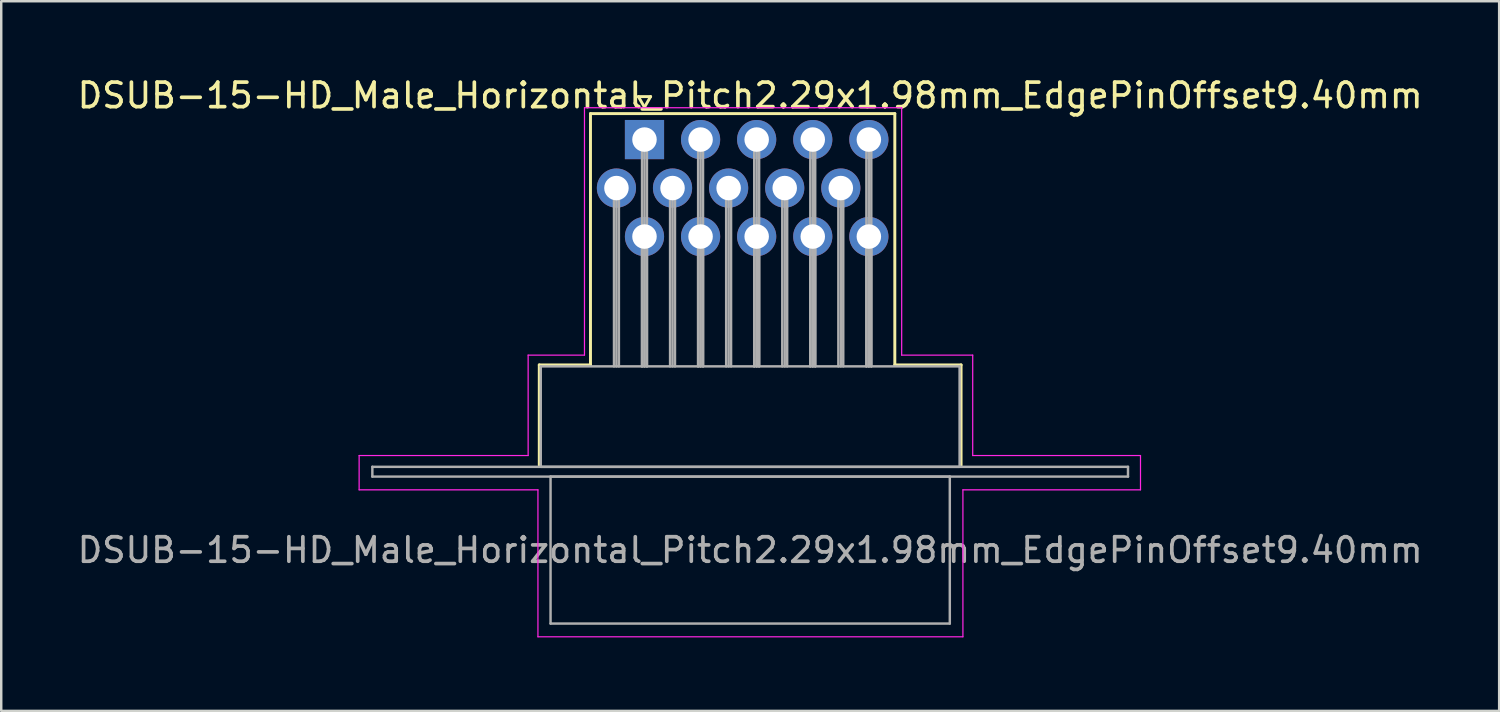
<source format=kicad_pcb>
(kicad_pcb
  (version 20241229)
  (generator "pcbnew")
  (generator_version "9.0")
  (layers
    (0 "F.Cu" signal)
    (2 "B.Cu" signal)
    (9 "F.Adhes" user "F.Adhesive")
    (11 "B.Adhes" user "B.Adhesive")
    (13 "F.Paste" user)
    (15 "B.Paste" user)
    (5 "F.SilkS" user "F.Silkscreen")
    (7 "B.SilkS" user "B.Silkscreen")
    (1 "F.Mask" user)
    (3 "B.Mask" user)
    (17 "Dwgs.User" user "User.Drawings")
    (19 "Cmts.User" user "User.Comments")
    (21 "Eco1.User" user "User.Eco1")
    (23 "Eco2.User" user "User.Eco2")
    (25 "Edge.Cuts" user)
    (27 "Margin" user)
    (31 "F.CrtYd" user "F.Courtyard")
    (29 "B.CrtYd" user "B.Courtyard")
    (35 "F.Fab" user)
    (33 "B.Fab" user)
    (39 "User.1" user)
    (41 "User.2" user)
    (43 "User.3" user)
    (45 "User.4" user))
  (footprint "DSUB-15-HD_Male_Horizontal_Pitch2.29x1.98mm_EdgePinOffset9.40mm"
    (layer "F.Cu")
    (at 23.262 2.648)
    (property "Reference" "DSUB-15-HD_Male_Horizontal_Pitch2.29x1.98mm_EdgePinOffset9.40mm" (at 4.315 -1.8 0) (layer "F.SilkS") (effects (font (size 1 1) (thickness 0.15))))
    (attr through_hole)
    (fp_line (start -4.295 9.2) (end -2.205 9.2) (stroke (width 0.12) (type solid)) (layer "F.SilkS"))
    (fp_line (start -4.295 13.3) (end -4.295 9.2) (stroke (width 0.12) (type solid)) (layer "F.SilkS"))
    (fp_line (start -2.205 -1.06) (end 10.22 -1.06) (stroke (width 0.12) (type solid)) (layer "F.SilkS"))
    (fp_line (start -2.205 9.2) (end -2.205 -1.06) (stroke (width 0.12) (type solid)) (layer "F.SilkS"))
    (fp_line (start -0.25 -1.754) (end 0.25 -1.754) (stroke (width 0.12) (type solid)) (layer "F.SilkS"))
    (fp_line (start 0 -1.321) (end -0.25 -1.754) (stroke (width 0.12) (type solid)) (layer "F.SilkS"))
    (fp_line (start 0.25 -1.754) (end 0 -1.321) (stroke (width 0.12) (type solid)) (layer "F.SilkS"))
    (fp_line (start 10.22 -1.06) (end 10.22 9.2) (stroke (width 0.12) (type solid)) (layer "F.SilkS"))
    (fp_line (start 10.22 9.2) (end 12.925 9.2) (stroke (width 0.12) (type solid)) (layer "F.SilkS"))
    (fp_line (start 12.925 9.2) (end 12.925 13.3) (stroke (width 0.12) (type solid)) (layer "F.SilkS"))
    (fp_line (start -11.65 12.9) (end -4.75 12.9) (stroke (width 0.05) (type solid)) (layer "F.CrtYd"))
    (fp_line (start -11.65 14.3) (end -11.65 12.9) (stroke (width 0.05) (type solid)) (layer "F.CrtYd"))
    (fp_line (start -4.75 8.8) (end -2.45 8.8) (stroke (width 0.05) (type solid)) (layer "F.CrtYd"))
    (fp_line (start -4.75 12.9) (end -4.75 8.8) (stroke (width 0.05) (type solid)) (layer "F.CrtYd"))
    (fp_line (start -4.35 14.3) (end -11.65 14.3) (stroke (width 0.05) (type solid)) (layer "F.CrtYd"))
    (fp_line (start -4.35 20.3) (end -4.35 14.3) (stroke (width 0.05) (type solid)) (layer "F.CrtYd"))
    (fp_line (start -2.45 -1.3) (end 10.5 -1.3) (stroke (width 0.05) (type solid)) (layer "F.CrtYd"))
    (fp_line (start -2.45 8.8) (end -2.45 -1.3) (stroke (width 0.05) (type solid)) (layer "F.CrtYd"))
    (fp_line (start 10.5 -1.3) (end 10.5 8.8) (stroke (width 0.05) (type solid)) (layer "F.CrtYd"))
    (fp_line (start 10.5 8.8) (end 13.4 8.8) (stroke (width 0.05) (type solid)) (layer "F.CrtYd"))
    (fp_line (start 13 14.3) (end 13 20.3) (stroke (width 0.05) (type solid)) (layer "F.CrtYd"))
    (fp_line (start 13 20.3) (end -4.35 20.3) (stroke (width 0.05) (type solid)) (layer "F.CrtYd"))
    (fp_line (start 13.4 8.8) (end 13.4 12.9) (stroke (width 0.05) (type solid)) (layer "F.CrtYd"))
    (fp_line (start 13.4 12.9) (end 20.25 12.9) (stroke (width 0.05) (type solid)) (layer "F.CrtYd"))
    (fp_line (start 20.25 12.9) (end 20.25 14.3) (stroke (width 0.05) (type solid)) (layer "F.CrtYd"))
    (fp_line (start 20.25 14.3) (end 13 14.3) (stroke (width 0.05) (type solid)) (layer "F.CrtYd"))
    (fp_line (start -11.11 13.36) (end -11.11 13.76) (stroke (width 0.1) (type solid)) (layer "F.Fab"))
    (fp_line (start -11.11 13.76) (end 19.74 13.76) (stroke (width 0.1) (type solid)) (layer "F.Fab"))
    (fp_line (start -4.235 9.26) (end -4.235 13.36) (stroke (width 0.1) (type solid)) (layer "F.Fab"))
    (fp_line (start -4.235 13.36) (end 12.865 13.36) (stroke (width 0.1) (type solid)) (layer "F.Fab"))
    (fp_line (start -3.835 13.76) (end -3.835 19.76) (stroke (width 0.1) (type solid)) (layer "F.Fab"))
    (fp_line (start -3.835 19.76) (end 12.465 19.76) (stroke (width 0.1) (type solid)) (layer "F.Fab"))
    (fp_line (start -1.245 1.98) (end -1.245 9.26) (stroke (width 0.1) (type solid)) (layer "F.Fab"))
    (fp_line (start -1.145 1.98) (end -1.145 9.26) (stroke (width 0.1) (type solid)) (layer "F.Fab"))
    (fp_line (start -1.045 1.98) (end -1.045 9.26) (stroke (width 0.1) (type solid)) (layer "F.Fab"))
    (fp_line (start -0.1 0) (end -0.1 9.26) (stroke (width 0.1) (type solid)) (layer "F.Fab"))
    (fp_line (start -0.1 3.96) (end -0.1 9.26) (stroke (width 0.1) (type solid)) (layer "F.Fab"))
    (fp_line (start 0 0) (end 0 9.26) (stroke (width 0.1) (type solid)) (layer "F.Fab"))
    (fp_line (start 0 3.96) (end 0 9.26) (stroke (width 0.1) (type solid)) (layer "F.Fab"))
    (fp_line (start 0.1 0) (end 0.1 9.26) (stroke (width 0.1) (type solid)) (layer "F.Fab"))
    (fp_line (start 0.1 3.96) (end 0.1 9.26) (stroke (width 0.1) (type solid)) (layer "F.Fab"))
    (fp_line (start 1.045 1.98) (end 1.045 9.26) (stroke (width 0.1) (type solid)) (layer "F.Fab"))
    (fp_line (start 1.145 1.98) (end 1.145 9.26) (stroke (width 0.1) (type solid)) (layer "F.Fab"))
    (fp_line (start 1.245 1.98) (end 1.245 9.26) (stroke (width 0.1) (type solid)) (layer "F.Fab"))
    (fp_line (start 2.19 0) (end 2.19 9.26) (stroke (width 0.1) (type solid)) (layer "F.Fab"))
    (fp_line (start 2.19 3.96) (end 2.19 9.26) (stroke (width 0.1) (type solid)) (layer "F.Fab"))
    (fp_line (start 2.29 0) (end 2.29 9.26) (stroke (width 0.1) (type solid)) (layer "F.Fab"))
    (fp_line (start 2.29 3.96) (end 2.29 9.26) (stroke (width 0.1) (type solid)) (layer "F.Fab"))
    (fp_line (start 2.39 0) (end 2.39 9.26) (stroke (width 0.1) (type solid)) (layer "F.Fab"))
    (fp_line (start 2.39 3.96) (end 2.39 9.26) (stroke (width 0.1) (type solid)) (layer "F.Fab"))
    (fp_line (start 3.335 1.98) (end 3.335 9.26) (stroke (width 0.1) (type solid)) (layer "F.Fab"))
    (fp_line (start 3.435 1.98) (end 3.435 9.26) (stroke (width 0.1) (type solid)) (layer "F.Fab"))
    (fp_line (start 3.535 1.98) (end 3.535 9.26) (stroke (width 0.1) (type solid)) (layer "F.Fab"))
    (fp_line (start 4.48 0) (end 4.48 9.26) (stroke (width 0.1) (type solid)) (layer "F.Fab"))
    (fp_line (start 4.48 3.96) (end 4.48 9.26) (stroke (width 0.1) (type solid)) (layer "F.Fab"))
    (fp_line (start 4.58 0) (end 4.58 9.26) (stroke (width 0.1) (type solid)) (layer "F.Fab"))
    (fp_line (start 4.58 3.96) (end 4.58 9.26) (stroke (width 0.1) (type solid)) (layer "F.Fab"))
    (fp_line (start 4.68 0) (end 4.68 9.26) (stroke (width 0.1) (type solid)) (layer "F.Fab"))
    (fp_line (start 4.68 3.96) (end 4.68 9.26) (stroke (width 0.1) (type solid)) (layer "F.Fab"))
    (fp_line (start 5.625 1.98) (end 5.625 9.26) (stroke (width 0.1) (type solid)) (layer "F.Fab"))
    (fp_line (start 5.725 1.98) (end 5.725 9.26) (stroke (width 0.1) (type solid)) (layer "F.Fab"))
    (fp_line (start 5.825 1.98) (end 5.825 9.26) (stroke (width 0.1) (type solid)) (layer "F.Fab"))
    (fp_line (start 6.77 0) (end 6.77 9.26) (stroke (width 0.1) (type solid)) (layer "F.Fab"))
    (fp_line (start 6.77 3.96) (end 6.77 9.26) (stroke (width 0.1) (type solid)) (layer "F.Fab"))
    (fp_line (start 6.87 0) (end 6.87 9.26) (stroke (width 0.1) (type solid)) (layer "F.Fab"))
    (fp_line (start 6.87 3.96) (end 6.87 9.26) (stroke (width 0.1) (type solid)) (layer "F.Fab"))
    (fp_line (start 6.97 0) (end 6.97 9.26) (stroke (width 0.1) (type solid)) (layer "F.Fab"))
    (fp_line (start 6.97 3.96) (end 6.97 9.26) (stroke (width 0.1) (type solid)) (layer "F.Fab"))
    (fp_line (start 7.915 1.98) (end 7.915 9.26) (stroke (width 0.1) (type solid)) (layer "F.Fab"))
    (fp_line (start 8.015 1.98) (end 8.015 9.26) (stroke (width 0.1) (type solid)) (layer "F.Fab"))
    (fp_line (start 8.115 1.98) (end 8.115 9.26) (stroke (width 0.1) (type solid)) (layer "F.Fab"))
    (fp_line (start 9.06 0) (end 9.06 9.26) (stroke (width 0.1) (type solid)) (layer "F.Fab"))
    (fp_line (start 9.06 3.96) (end 9.06 9.26) (stroke (width 0.1) (type solid)) (layer "F.Fab"))
    (fp_line (start 9.16 0) (end 9.16 9.26) (stroke (width 0.1) (type solid)) (layer "F.Fab"))
    (fp_line (start 9.16 3.96) (end 9.16 9.26) (stroke (width 0.1) (type solid)) (layer "F.Fab"))
    (fp_line (start 9.26 0) (end 9.26 9.26) (stroke (width 0.1) (type solid)) (layer "F.Fab"))
    (fp_line (start 9.26 3.96) (end 9.26 9.26) (stroke (width 0.1) (type solid)) (layer "F.Fab"))
    (fp_line (start 12.465 13.76) (end -3.835 13.76) (stroke (width 0.1) (type solid)) (layer "F.Fab"))
    (fp_line (start 12.465 19.76) (end 12.465 13.76) (stroke (width 0.1) (type solid)) (layer "F.Fab"))
    (fp_line (start 12.865 9.26) (end -4.235 9.26) (stroke (width 0.1) (type solid)) (layer "F.Fab"))
    (fp_line (start 12.865 13.36) (end 12.865 9.26) (stroke (width 0.1) (type solid)) (layer "F.Fab"))
    (fp_line (start 19.74 13.36) (end -11.11 13.36) (stroke (width 0.1) (type solid)) (layer "F.Fab"))
    (fp_line (start 19.74 13.76) (end 19.74 13.36) (stroke (width 0.1) (type solid)) (layer "F.Fab"))
    (fp_text user "${REFERENCE}" (at 4.315 16.76 0) (layer "F.Fab") (effects (font (size 1 1) (thickness 0.15))))
    (pad "1" thru_hole rect (at 0 0) (size 1.6 1.6) (drill 1) (layers "*.Cu" "*.Mask"))
    (pad "2" thru_hole circle (at 2.29 0) (size 1.6 1.6) (drill 1) (layers "*.Cu" "*.Mask"))
    (pad "3" thru_hole circle (at 4.58 0) (size 1.6 1.6) (drill 1) (layers "*.Cu" "*.Mask"))
    (pad "4" thru_hole circle (at 6.87 0) (size 1.6 1.6) (drill 1) (layers "*.Cu" "*.Mask"))
    (pad "5" thru_hole circle (at 9.16 0) (size 1.6 1.6) (drill 1) (layers "*.Cu" "*.Mask"))
    (pad "6" thru_hole circle (at -1.145 1.98) (size 1.6 1.6) (drill 1) (layers "*.Cu" "*.Mask"))
    (pad "7" thru_hole circle (at 1.145 1.98) (size 1.6 1.6) (drill 1) (layers "*.Cu" "*.Mask"))
    (pad "8" thru_hole circle (at 3.435 1.98) (size 1.6 1.6) (drill 1) (layers "*.Cu" "*.Mask"))
    (pad "9" thru_hole circle (at 5.725 1.98) (size 1.6 1.6) (drill 1) (layers "*.Cu" "*.Mask"))
    (pad "10" thru_hole circle (at 8.015 1.98) (size 1.6 1.6) (drill 1) (layers "*.Cu" "*.Mask"))
    (pad "11" thru_hole circle (at 0 3.96) (size 1.6 1.6) (drill 1) (layers "*.Cu" "*.Mask"))
    (pad "12" thru_hole circle (at 2.29 3.96) (size 1.6 1.6) (drill 1) (layers "*.Cu" "*.Mask"))
    (pad "13" thru_hole circle (at 4.58 3.96) (size 1.6 1.6) (drill 1) (layers "*.Cu" "*.Mask"))
    (pad "14" thru_hole circle (at 6.87 3.96) (size 1.6 1.6) (drill 1) (layers "*.Cu" "*.Mask"))
    (pad "15" thru_hole circle (at 9.16 3.96) (size 1.6 1.6) (drill 1) (layers "*.Cu" "*.Mask")))
  (gr_rect
    (start -3 -3)
    (end 58.155 25.973)
    (stroke (width 0.1) (type default))
    (fill no)
    (layer "Edge.Cuts")))
</source>
